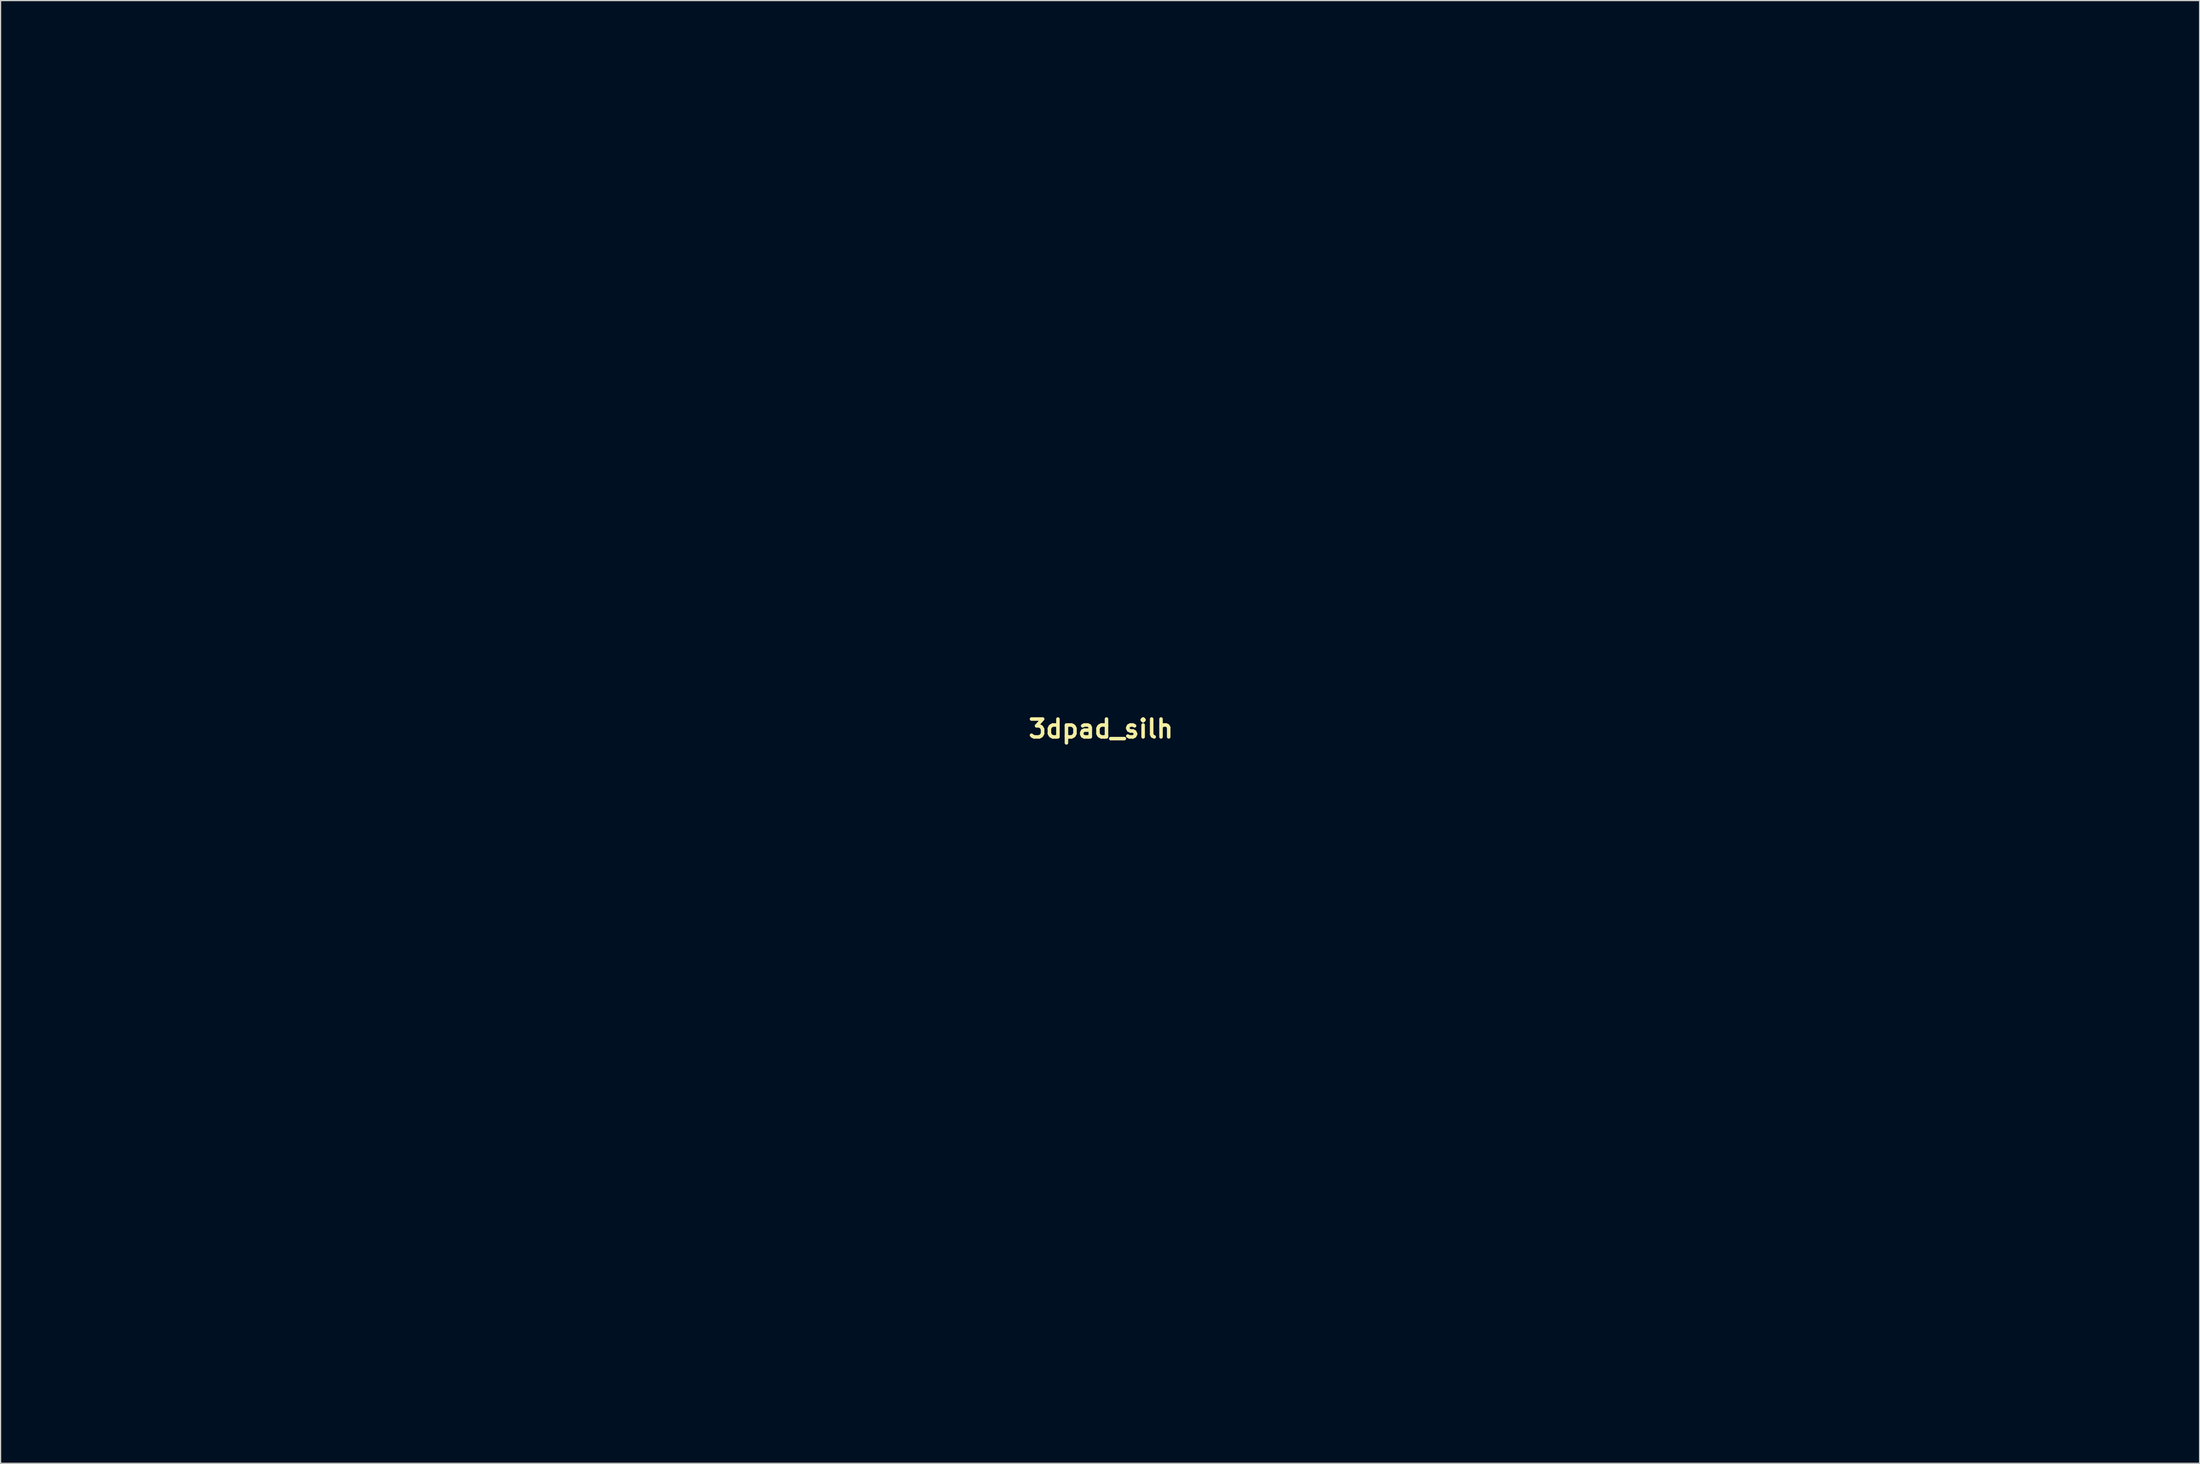
<source format=kicad_pcb>
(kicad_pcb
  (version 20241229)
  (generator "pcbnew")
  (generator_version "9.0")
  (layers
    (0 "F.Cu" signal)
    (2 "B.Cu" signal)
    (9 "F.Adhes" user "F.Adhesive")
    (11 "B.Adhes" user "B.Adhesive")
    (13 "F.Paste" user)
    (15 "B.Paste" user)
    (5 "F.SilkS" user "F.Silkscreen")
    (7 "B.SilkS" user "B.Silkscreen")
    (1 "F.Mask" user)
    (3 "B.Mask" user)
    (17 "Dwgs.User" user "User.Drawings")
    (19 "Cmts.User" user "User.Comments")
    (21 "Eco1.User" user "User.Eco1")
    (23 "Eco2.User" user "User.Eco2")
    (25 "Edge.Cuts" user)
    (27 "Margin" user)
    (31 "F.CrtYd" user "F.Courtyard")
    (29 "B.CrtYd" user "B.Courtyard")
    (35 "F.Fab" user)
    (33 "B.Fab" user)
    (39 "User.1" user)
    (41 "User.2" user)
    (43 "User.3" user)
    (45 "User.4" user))
  (footprint "3dpad_silh"
    (layer "F.Cu")
    (at 90.719 59.054)
    (property "Reference" "3dpad_silh" (at 0 0 0) (layer "F.SilkS") (effects (font (size 1.524 1.524) (thickness 0.3))))
    (attr through_hole)
    (fp_poly (pts (xy -60.597 49.666) (xy -60.642 49.711) (xy -60.688 49.666) (xy -60.642 49.621) (xy -60.597 49.666)) (stroke (width 0.01) (type solid)) (fill no) (layer "Eco1.User"))
    (fp_poly (pts (xy -60.144 49.485) (xy -60.189 49.53) (xy -60.234 49.485) (xy -60.189 49.439) (xy -60.144 49.485)) (stroke (width 0.01) (type solid)) (fill no) (layer "Eco1.User"))
    (fp_poly (pts (xy 2.177 17.825) (xy 2.132 17.871) (xy 2.086 17.825) (xy 2.132 17.78) (xy 2.177 17.825)) (stroke (width 0.01) (type solid)) (fill no) (layer "Eco1.User"))
    (fp_poly (pts (xy 56.152 -58.737) (xy 56.107 -58.692) (xy 56.061 -58.737) (xy 56.107 -58.783) (xy 56.152 -58.737)) (stroke (width 0.01) (type solid)) (fill no) (layer "Eco1.User"))
    (fp_poly (pts (xy 81.159 -21.832) (xy 81.17 -21.724) (xy 81.159 -21.711) (xy 81.105 -21.723) (xy 81.099 -21.771) (xy 81.132 -21.846) (xy 81.159 -21.832)) (stroke (width 0.01) (type solid)) (fill no) (layer "Eco1.User"))
    (fp_poly (pts (xy -7.552 -56.671) (xy -7.496 -56.651) (xy -7.599 -56.637) (xy -7.801 -56.633) (xy -8.025 -56.639) (xy -8.109 -56.653) (xy -8.051 -56.671) (xy -7.758 -56.686) (xy -7.552 -56.671)) (stroke (width 0.01) (type solid)) (fill no) (layer "Eco1.User"))
    (fp_poly (pts (xy 28.64 24.69) (xy 28.607 24.743) (xy 28.575 24.765) (xy 28.387 24.849) (xy 28.306 24.795) (xy 28.303 24.765) (xy 28.38 24.695) (xy 28.507 24.676) (xy 28.64 24.69)) (stroke (width 0.01) (type solid)) (fill no) (layer "Eco1.User"))
    (fp_poly (pts (xy 69.794 59.096) (xy 69.85 59.191) (xy 69.769 59.299) (xy 69.578 59.327) (xy 69.362 59.287) (xy 69.306 59.191) (xy 69.387 59.083) (xy 69.578 59.055) (xy 69.794 59.096)) (stroke (width 0.01) (type solid)) (fill no) (layer "Eco1.User"))
    (fp_poly (pts (xy -82.617 58.361) (xy -82.553 58.437) (xy -82.649 58.527) (xy -82.693 58.546) (xy -82.938 58.599) (xy -83.075 58.54) (xy -83.094 58.465) (xy -83.013 58.357) (xy -82.822 58.329) (xy -82.617 58.361)) (stroke (width 0.01) (type solid)) (fill no) (layer "Eco1.User"))
    (fp_poly (pts (xy 16.612 19.879) (xy 16.795 20.042) (xy 16.811 20.058) (xy 16.95 20.219) (xy 16.997 20.312) (xy 16.985 20.32) (xy 16.874 20.26) (xy 16.71 20.113) (xy 16.692 20.094) (xy 16.541 19.911) (xy 16.521 19.837) (xy 16.612 19.879)) (stroke (width 0.01) (type solid)) (fill no) (layer "Eco1.User"))
    (fp_poly (pts (xy -36.361 -59.015) (xy -36.047 -58.919) (xy -35.797 -58.841) (xy -35.446 -58.792) (xy -35.22 -58.783) (xy -34.899 -58.774) (xy -34.723 -58.74) (xy -34.657 -58.674) (xy -34.653 -58.642) (xy -34.576 -58.517) (xy -34.389 -58.409) (xy -34.381 -58.406) (xy -34.192 -58.306) (xy -34.109 -58.195) (xy -34.109 -58.19) (xy -34.033 -58.068) (xy -33.927 -58.012) (xy -33.78 -57.912) (xy -33.746 -57.827) (xy -33.663 -57.673) (xy -33.44 -57.562) (xy -33.118 -57.514) (xy -33.071 -57.513) (xy -32.829 -57.482) (xy -32.748 -57.386) (xy -32.748 -57.383) (xy -32.673 -57.251) (xy -32.577 -57.199) (xy -32.373 -57.095) (xy -32.174 -56.939) (xy -32.043 -56.782) (xy -32.022 -56.718) (xy -32.095 -56.611) (xy -32.181 -56.564) (xy -32.284 -56.507) (xy -32.247 -56.435) (xy -32.158 -56.363) (xy -32.096 -56.329) (xy -31.997 -56.302) (xy -31.844 -56.281) (xy -31.621 -56.266) (xy -31.311 -56.257) (xy -30.899 -56.253) (xy -30.367 -56.254) (xy -29.699 -56.26) (xy -28.88 -56.271) (xy -28.121 -56.282) (xy -26.818 -56.303) (xy -25.666 -56.325) (xy -24.668 -56.348) (xy -23.83 -56.372) (xy -23.156 -56.396) (xy -22.649 -56.421) (xy -22.314 -56.446) (xy -22.23 -56.459) (xy -15.414 -56.459) (xy -15.336 -56.451) (xy -15.097 -56.443) (xy -14.717 -56.437) (xy -14.217 -56.431) (xy -13.618 -56.427) (xy -12.939 -56.425) (xy -12.352 -56.424) (xy -11.437 -56.426) (xy -10.695 -56.433) (xy -10.116 -56.444) (xy -9.693 -56.459) (xy -9.415 -56.48) (xy -9.275 -56.506) (xy -9.253 -56.525) (xy -9.31 -56.553) (xy -9.489 -56.573) (xy -9.799 -56.585) (xy -10.252 -56.589) (xy -10.858 -56.585) (xy -11.627 -56.573) (xy -12.314 -56.559) (xy -13.041 -56.543) (xy -13.708 -56.526) (xy -14.295 -56.509) (xy -14.78 -56.493) (xy -15.141 -56.478) (xy -15.359 -56.466) (xy -15.414 -56.459) (xy -22.23 -56.459) (xy -22.155 -56.471) (xy -22.144 -56.477) (xy -22.148 -56.482) (xy -21.357 -56.482) (xy -21.34 -56.473) (xy -21.169 -56.466) (xy -20.856 -56.462) (xy -20.501 -56.461) (xy -20.081 -56.462) (xy -19.793 -56.467) (xy -19.648 -56.474) (xy -19.661 -56.483) (xy -19.798 -56.492) (xy -20.274 -56.503) (xy -20.804 -56.502) (xy -21.204 -56.492) (xy -21.357 -56.482) (xy -22.148 -56.482) (xy -22.189 -56.531) (xy -22.325 -56.598) (xy -22.282 -56.616) (xy -22.059 -56.631) (xy -21.661 -56.645) (xy -21.09 -56.656) (xy -20.348 -56.665) (xy -19.438 -56.672) (xy -18.364 -56.676) (xy -17.127 -56.678) (xy -15.731 -56.678) (xy -15.603 -56.678) (xy -14.505 -56.677) (xy -13.465 -56.674) (xy -12.498 -56.671) (xy -11.616 -56.667) (xy -10.832 -56.663) (xy -10.161 -56.657) (xy -9.616 -56.652) (xy -9.209 -56.646) (xy -8.954 -56.64) (xy -8.864 -56.634) (xy -8.867 -56.632) (xy -9.027 -56.574) (xy -9.071 -56.52) (xy -8.983 -56.477) (xy -8.731 -56.438) (xy -8.329 -56.405) (xy -7.796 -56.378) (xy -7.148 -56.358) (xy -6.4 -56.345) (xy -5.57 -56.339) (xy -4.674 -56.34) (xy -3.728 -56.35) (xy -3.134 -56.36) (xy -2.61 -56.364) (xy -2.078 -56.357) (xy -1.601 -56.339) (xy -1.274 -56.316) (xy -0.719 -56.271) (xy -0.051 -56.231) (xy 0.706 -56.197) (xy 1.527 -56.17) (xy 2.389 -56.149) (xy 3.267 -56.135) (xy 4.137 -56.128) (xy 4.974 -56.127) (xy 5.754 -56.134) (xy 6.453 -56.149) (xy 7.047 -56.171) (xy 7.511 -56.2) (xy 7.821 -56.238) (xy 7.847 -56.243) (xy 7.962 -56.261) (xy 8.141 -56.276) (xy 8.392 -56.289) (xy 8.724 -56.3) (xy 9.145 -56.309) (xy 9.663 -56.315) (xy 10.286 -56.32) (xy 11.024 -56.324) (xy 11.884 -56.325) (xy 12.874 -56.324) (xy 14.004 -56.322) (xy 15.281 -56.317) (xy 16.713 -56.312) (xy 18.31 -56.304) (xy 20.08 -56.295) (xy 20.2 -56.294) (xy 21.939 -56.284) (xy 23.505 -56.276) (xy 24.908 -56.27) (xy 26.156 -56.265) (xy 27.258 -56.261) (xy 28.224 -56.26) (xy 29.061 -56.261) (xy 29.779 -56.265) (xy 30.388 -56.271) (xy 30.894 -56.28) (xy 31.309 -56.292) (xy 31.64 -56.307) (xy 31.896 -56.326) (xy 32.086 -56.348) (xy 32.22 -56.374) (xy 32.306 -56.404) (xy 32.353 -56.439) (xy 32.37 -56.477) (xy 32.366 -56.52) (xy 32.352 -56.56) (xy 32.38 -56.693) (xy 32.436 -56.731) (xy 32.553 -56.848) (xy 32.566 -56.91) (xy 32.649 -57.01) (xy 32.867 -57.106) (xy 33.174 -57.184) (xy 33.524 -57.232) (xy 33.733 -57.241) (xy 34.009 -57.256) (xy 34.226 -57.293) (xy 34.253 -57.302) (xy 34.36 -57.356) (xy 34.302 -57.405) (xy 34.238 -57.432) (xy 34.143 -57.48) (xy 34.208 -57.502) (xy 34.319 -57.506) (xy 34.619 -57.556) (xy 34.837 -57.672) (xy 34.925 -57.828) (xy 34.925 -57.834) (xy 35.005 -57.939) (xy 35.174 -57.968) (xy 35.445 -58.002) (xy 35.602 -58.088) (xy 35.617 -58.206) (xy 35.582 -58.253) (xy 35.477 -58.409) (xy 35.526 -58.498) (xy 35.608 -58.511) (xy 35.761 -58.582) (xy 35.796 -58.638) (xy 35.91 -58.737) (xy 36.129 -58.817) (xy 36.175 -58.827) (xy 36.364 -58.844) (xy 36.683 -58.852) (xy 37.099 -58.852) (xy 37.585 -58.846) (xy 38.11 -58.833) (xy 38.643 -58.816) (xy 39.156 -58.795) (xy 39.618 -58.772) (xy 40 -58.746) (xy 40.271 -58.72) (xy 40.402 -58.694) (xy 40.408 -58.684) (xy 40.426 -58.581) (xy 40.615 -58.501) (xy 40.968 -58.448) (xy 41.476 -58.422) (xy 41.712 -58.42) (xy 42.152 -58.417) (xy 42.443 -58.405) (xy 42.617 -58.378) (xy 42.708 -58.331) (xy 42.747 -58.26) (xy 42.749 -58.253) (xy 42.844 -58.139) (xy 43.072 -58.056) (xy 43.444 -58.001) (xy 43.973 -57.972) (xy 44.46 -57.966) (xy 44.846 -57.962) (xy 45.081 -57.945) (xy 45.194 -57.91) (xy 45.215 -57.852) (xy 45.209 -57.832) (xy 45.228 -57.705) (xy 45.401 -57.612) (xy 45.735 -57.55) (xy 46.237 -57.518) (xy 46.638 -57.513) (xy 47.08 -57.506) (xy 47.395 -57.485) (xy 47.563 -57.453) (xy 47.582 -57.427) (xy 47.602 -57.319) (xy 47.784 -57.22) (xy 48.107 -57.138) (xy 48.452 -57.089) (xy 48.871 -57.015) (xy 49.141 -56.898) (xy 49.182 -56.863) (xy 49.313 -56.772) (xy 49.511 -56.72) (xy 49.821 -56.699) (xy 50.034 -56.696) (xy 50.417 -56.685) (xy 50.624 -56.652) (xy 50.66 -56.6) (xy 50.664 -56.471) (xy 50.814 -56.358) (xy 51.077 -56.278) (xy 51.418 -56.246) (xy 51.689 -56.23) (xy 51.834 -56.19) (xy 51.846 -56.156) (xy 51.867 -56.047) (xy 52.011 -55.93) (xy 52.222 -55.834) (xy 52.447 -55.791) (xy 52.496 -55.792) (xy 52.807 -55.801) (xy 52.984 -55.766) (xy 53.072 -55.674) (xy 53.094 -55.608) (xy 53.136 -55.518) (xy 53.229 -55.463) (xy 53.412 -55.433) (xy 53.722 -55.419) (xy 53.898 -55.416) (xy 54.22 -55.407) (xy 54.435 -55.391) (xy 54.513 -55.373) (xy 54.497 -55.364) (xy 54.362 -55.272) (xy 54.338 -55.204) (xy 54.424 -55.083) (xy 54.676 -55.006) (xy 55.082 -54.975) (xy 55.132 -54.974) (xy 55.38 -54.959) (xy 55.493 -54.902) (xy 55.517 -54.802) (xy 55.601 -54.642) (xy 55.847 -54.548) (xy 56.175 -54.521) (xy 56.368 -54.479) (xy 56.424 -54.393) (xy 56.507 -54.292) (xy 56.724 -54.215) (xy 56.764 -54.207) (xy 57.113 -54.138) (xy 57.315 -54.074) (xy 57.406 -54.001) (xy 57.422 -53.933) (xy 57.49 -53.804) (xy 57.704 -53.729) (xy 58.078 -53.703) (xy 58.11 -53.703) (xy 58.364 -53.69) (xy 58.482 -53.637) (xy 58.511 -53.532) (xy 58.595 -53.373) (xy 58.839 -53.277) (xy 59.158 -53.251) (xy 59.373 -53.188) (xy 59.443 -53.074) (xy 59.576 -52.918) (xy 59.816 -52.837) (xy 60.029 -52.769) (xy 60.14 -52.678) (xy 60.144 -52.659) (xy 60.225 -52.528) (xy 60.433 -52.446) (xy 60.583 -52.433) (xy 60.734 -52.358) (xy 60.825 -52.229) (xy 60.955 -52.073) (xy 61.199 -52.002) (xy 61.255 -51.996) (xy 61.491 -51.954) (xy 61.587 -51.862) (xy 61.595 -51.803) (xy 61.679 -51.65) (xy 61.912 -51.555) (xy 62.197 -51.527) (xy 62.379 -51.452) (xy 62.436 -51.35) (xy 62.54 -51.214) (xy 62.781 -51.149) (xy 62.811 -51.146) (xy 63.028 -51.105) (xy 63.142 -51.041) (xy 63.147 -51.027) (xy 63.241 -50.834) (xy 63.463 -50.723) (xy 63.602 -50.709) (xy 63.796 -50.678) (xy 63.861 -50.563) (xy 63.863 -50.53) (xy 63.944 -50.361) (xy 64.09 -50.293) (xy 64.26 -50.215) (xy 64.317 -50.132) (xy 64.382 -50.005) (xy 64.54 -49.82) (xy 64.737 -49.63) (xy 64.921 -49.486) (xy 65.029 -49.439) (xy 65.123 -49.367) (xy 65.133 -49.314) (xy 65.197 -49.155) (xy 65.269 -49.076) (xy 65.385 -48.897) (xy 65.405 -48.793) (xy 65.475 -48.648) (xy 65.574 -48.623) (xy 65.696 -48.58) (xy 65.704 -48.422) (xy 65.702 -48.409) (xy 65.713 -48.228) (xy 65.853 -48.144) (xy 65.995 -48.059) (xy 66.02 -47.976) (xy 66.073 -47.854) (xy 66.199 -47.766) (xy 66.355 -47.655) (xy 66.403 -47.563) (xy 66.47 -47.429) (xy 66.572 -47.335) (xy 66.703 -47.206) (xy 66.733 -47.126) (xy 66.801 -47.029) (xy 66.977 -46.916) (xy 66.995 -46.907) (xy 67.224 -46.765) (xy 67.383 -46.612) (xy 67.563 -46.481) (xy 67.723 -46.446) (xy 67.898 -46.401) (xy 67.945 -46.262) (xy 68.01 -46.106) (xy 68.21 -46.025) (xy 68.403 -45.949) (xy 68.428 -45.847) (xy 68.465 -45.722) (xy 68.604 -45.638) (xy 68.792 -45.505) (xy 68.877 -45.364) (xy 68.991 -45.21) (xy 69.161 -45.176) (xy 69.344 -45.136) (xy 69.396 -44.998) (xy 69.396 -44.996) (xy 69.477 -44.826) (xy 69.604 -44.764) (xy 69.805 -44.643) (xy 69.899 -44.513) (xy 70.051 -44.342) (xy 70.213 -44.269) (xy 70.396 -44.186) (xy 70.469 -44.087) (xy 70.547 -43.946) (xy 70.588 -43.919) (xy 70.686 -43.817) (xy 70.761 -43.669) (xy 70.871 -43.505) (xy 70.982 -43.452) (xy 71.103 -43.381) (xy 71.12 -43.317) (xy 71.19 -43.166) (xy 71.301 -43.068) (xy 71.444 -42.937) (xy 71.483 -42.844) (xy 71.554 -42.717) (xy 71.664 -42.636) (xy 71.809 -42.508) (xy 71.846 -42.41) (xy 71.914 -42.249) (xy 71.959 -42.209) (xy 72.054 -42.066) (xy 72.073 -41.955) (xy 72.147 -41.792) (xy 72.268 -41.746) (xy 72.418 -41.669) (xy 72.534 -41.463) (xy 72.583 -41.315) (xy 72.685 -41.048) (xy 72.8 -40.928) (xy 72.882 -40.912) (xy 72.999 -40.888) (xy 72.96 -40.81) (xy 72.897 -40.655) (xy 72.955 -40.51) (xy 73.077 -40.459) (xy 73.16 -40.395) (xy 73.151 -40.329) (xy 73.182 -40.19) (xy 73.29 -40.099) (xy 73.439 -39.947) (xy 73.479 -39.812) (xy 73.553 -39.636) (xy 73.652 -39.58) (xy 73.818 -39.462) (xy 73.87 -39.362) (xy 73.971 -39.219) (xy 74.06 -39.189) (xy 74.18 -39.113) (xy 74.204 -39.012) (xy 74.246 -38.839) (xy 74.295 -38.78) (xy 74.371 -38.652) (xy 74.386 -38.548) (xy 74.452 -38.4) (xy 74.567 -38.372) (xy 74.709 -38.319) (xy 74.749 -38.145) (xy 74.791 -37.968) (xy 74.93 -37.919) (xy 75.08 -37.856) (xy 75.111 -37.729) (xy 75.181 -37.554) (xy 75.277 -37.495) (xy 75.417 -37.382) (xy 75.547 -37.155) (xy 75.636 -36.884) (xy 75.656 -36.71) (xy 75.731 -36.583) (xy 75.849 -36.558) (xy 75.97 -36.538) (xy 76.013 -36.447) (xy 75.999 -36.234) (xy 75.993 -36.19) (xy 75.974 -35.948) (xy 76.018 -35.82) (xy 76.15 -35.743) (xy 76.163 -35.738) (xy 76.306 -35.651) (xy 76.373 -35.495) (xy 76.392 -35.267) (xy 76.395 -34.989) (xy 76.391 -34.773) (xy 76.388 -34.734) (xy 76.448 -34.584) (xy 76.605 -34.437) (xy 76.745 -34.317) (xy 76.814 -34.156) (xy 76.835 -33.892) (xy 76.835 -33.822) (xy 76.854 -33.51) (xy 76.927 -33.305) (xy 77.062 -33.148) (xy 77.247 -32.88) (xy 77.289 -32.616) (xy 77.311 -32.405) (xy 77.366 -32.298) (xy 77.379 -32.294) (xy 77.458 -32.22) (xy 77.47 -32.149) (xy 77.524 -32.046) (xy 77.615 -32.058) (xy 77.699 -32.065) (xy 77.737 -31.977) (xy 77.742 -31.759) (xy 77.737 -31.637) (xy 77.722 -31.202) (xy 77.733 -30.913) (xy 77.775 -30.739) (xy 77.856 -30.646) (xy 77.924 -30.616) (xy 78.032 -30.552) (xy 78.087 -30.416) (xy 78.104 -30.159) (xy 78.105 -30.073) (xy 78.12 -29.683) (xy 78.171 -29.443) (xy 78.268 -29.326) (xy 78.387 -29.301) (xy 78.478 -29.281) (xy 78.53 -29.195) (xy 78.553 -29.005) (xy 78.559 -28.673) (xy 78.559 -28.672) (xy 78.563 -28.34) (xy 78.586 -28.148) (xy 78.639 -28.055) (xy 78.736 -28.019) (xy 78.763 -28.014) (xy 78.893 -27.968) (xy 78.96 -27.843) (xy 78.99 -27.589) (xy 78.991 -27.577) (xy 79.028 -27.161) (xy 79.086 -26.903) (xy 79.171 -26.78) (xy 79.241 -26.761) (xy 79.342 -26.687) (xy 79.375 -26.455) (xy 79.375 -26.455) (xy 79.405 -26.014) (xy 79.489 -25.698) (xy 79.621 -25.529) (xy 79.661 -25.513) (xy 79.758 -25.457) (xy 79.81 -25.322) (xy 79.828 -25.065) (xy 79.829 -24.947) (xy 79.849 -24.416) (xy 79.913 -24.052) (xy 80.022 -23.844) (xy 80.114 -23.79) (xy 80.208 -23.737) (xy 80.259 -23.612) (xy 80.28 -23.373) (xy 80.282 -23.173) (xy 80.305 -22.71) (xy 80.371 -22.378) (xy 80.475 -22.193) (xy 80.603 -22.168) (xy 80.681 -22.169) (xy 80.719 -22.073) (xy 80.726 -21.844) (xy 80.722 -21.701) (xy 80.732 -21.233) (xy 80.797 -20.925) (xy 80.917 -20.783) (xy 80.969 -20.774) (xy 81.064 -20.699) (xy 81.1 -20.466) (xy 81.101 -20.433) (xy 81.131 -20.035) (xy 81.207 -19.669) (xy 81.315 -19.391) (xy 81.411 -19.269) (xy 81.492 -19.153) (xy 81.537 -18.93) (xy 81.552 -18.566) (xy 81.552 -18.516) (xy 81.557 -18.175) (xy 81.58 -17.971) (xy 81.635 -17.86) (xy 81.735 -17.797) (xy 81.767 -17.785) (xy 81.874 -17.729) (xy 81.942 -17.633) (xy 81.984 -17.458) (xy 82.012 -17.161) (xy 82.025 -16.957) (xy 82.06 -16.539) (xy 82.113 -16.271) (xy 82.19 -16.125) (xy 82.216 -16.103) (xy 82.295 -15.999) (xy 82.344 -15.804) (xy 82.37 -15.484) (xy 82.377 -15.248) (xy 82.388 -14.878) (xy 82.41 -14.649) (xy 82.456 -14.52) (xy 82.536 -14.45) (xy 82.606 -14.419) (xy 82.715 -14.365) (xy 82.78 -14.275) (xy 82.812 -14.109) (xy 82.822 -13.823) (xy 82.824 -13.632) (xy 82.832 -13.225) (xy 82.861 -12.962) (xy 82.925 -12.802) (xy 83.033 -12.71) (xy 83.117 -12.674) (xy 83.195 -12.619) (xy 83.243 -12.5) (xy 83.268 -12.281) (xy 83.276 -11.924) (xy 83.276 -11.833) (xy 83.28 -11.451) (xy 83.297 -11.214) (xy 83.335 -11.083) (xy 83.404 -11.021) (xy 83.458 -11.002) (xy 83.613 -10.885) (xy 83.71 -10.683) (xy 83.711 -10.484) (xy 83.695 -10.45) (xy 83.673 -10.305) (xy 83.695 -10.063) (xy 83.747 -9.78) (xy 83.818 -9.513) (xy 83.895 -9.319) (xy 83.958 -9.253) (xy 84.018 -9.196) (xy 84.067 -9.014) (xy 84.108 -8.687) (xy 84.141 -8.259) (xy 84.177 -7.795) (xy 84.217 -7.478) (xy 84.27 -7.273) (xy 84.341 -7.146) (xy 84.376 -7.111) (xy 84.463 -7) (xy 84.515 -6.835) (xy 84.54 -6.571) (xy 84.546 -6.2) (xy 84.556 -5.829) (xy 84.584 -5.568) (xy 84.626 -5.447) (xy 84.636 -5.443) (xy 84.716 -5.369) (xy 84.727 -5.301) (xy 84.767 -5.205) (xy 84.808 -5.21) (xy 84.89 -5.208) (xy 84.947 -5.076) (xy 84.982 -4.798) (xy 84.998 -4.361) (xy 84.999 -4.12) (xy 85.002 -3.722) (xy 85.015 -3.471) (xy 85.046 -3.334) (xy 85.101 -3.277) (xy 85.181 -3.266) (xy 85.284 -3.245) (xy 85.339 -3.154) (xy 85.36 -2.952) (xy 85.363 -2.744) (xy 85.383 -2.19) (xy 85.441 -1.805) (xy 85.54 -1.581) (xy 85.636 -1.515) (xy 85.71 -1.474) (xy 85.761 -1.374) (xy 85.794 -1.184) (xy 85.816 -0.87) (xy 85.83 -0.517) (xy 85.848 -0.077) (xy 85.875 0.223) (xy 85.918 0.421) (xy 85.986 0.559) (xy 86.065 0.656) (xy 86.162 0.779) (xy 86.223 0.924) (xy 86.256 1.136) (xy 86.269 1.459) (xy 86.271 1.729) (xy 86.288 2.301) (xy 86.333 2.77) (xy 86.402 3.112) (xy 86.492 3.307) (xy 86.537 3.34) (xy 86.585 3.443) (xy 86.618 3.693) (xy 86.632 4.059) (xy 86.632 4.122) (xy 86.646 4.855) (xy 86.686 5.412) (xy 86.754 5.795) (xy 86.85 6.008) (xy 86.918 6.055) (xy 87.002 6.1) (xy 87.053 6.204) (xy 87.078 6.406) (xy 87.086 6.743) (xy 87.087 6.837) (xy 87.098 7.408) (xy 87.133 7.82) (xy 87.195 8.091) (xy 87.288 8.241) (xy 87.368 8.284) (xy 87.447 8.323) (xy 87.498 8.411) (xy 87.526 8.584) (xy 87.538 8.877) (xy 87.54 9.222) (xy 87.552 9.866) (xy 87.587 10.337) (xy 87.646 10.64) (xy 87.729 10.782) (xy 87.771 10.795) (xy 87.882 10.883) (xy 87.954 11.141) (xy 87.986 11.563) (xy 87.979 12.102) (xy 87.97 12.498) (xy 87.987 12.756) (xy 88.035 12.916) (xy 88.095 12.997) (xy 88.231 13.091) (xy 88.3 13.089) (xy 88.32 13.152) (xy 88.338 13.365) (xy 88.35 13.696) (xy 88.356 14.114) (xy 88.356 14.204) (xy 88.367 14.908) (xy 88.397 15.552) (xy 88.444 16.113) (xy 88.505 16.567) (xy 88.577 16.892) (xy 88.657 17.064) (xy 88.677 17.08) (xy 88.731 17.143) (xy 88.768 17.281) (xy 88.792 17.52) (xy 88.805 17.884) (xy 88.809 18.402) (xy 88.809 18.465) (xy 88.815 19.006) (xy 88.833 19.416) (xy 88.861 19.678) (xy 88.898 19.775) (xy 88.9 19.776) (xy 88.967 19.854) (xy 88.994 20.025) (xy 89.003 20.194) (xy 89.048 20.199) (xy 89.13 20.099) (xy 89.177 20.052) (xy 89.212 20.071) (xy 89.236 20.176) (xy 89.251 20.388) (xy 89.259 20.73) (xy 89.263 21.22) (xy 89.263 21.536) (xy 89.264 22.113) (xy 89.269 22.535) (xy 89.28 22.826) (xy 89.301 23.012) (xy 89.334 23.119) (xy 89.382 23.173) (xy 89.444 23.197) (xy 89.522 23.23) (xy 89.574 23.302) (xy 89.605 23.446) (xy 89.621 23.692) (xy 89.626 24.074) (xy 89.626 24.299) (xy 89.635 25.069) (xy 89.659 25.67) (xy 89.702 26.114) (xy 89.764 26.415) (xy 89.847 26.584) (xy 89.911 26.629) (xy 89.968 26.658) (xy 90.011 26.72) (xy 90.041 26.84) (xy 90.061 27.04) (xy 90.072 27.345) (xy 90.078 27.779) (xy 90.079 28.365) (xy 90.079 28.513) (xy 90.084 29.253) (xy 90.1 29.84) (xy 90.128 30.305) (xy 90.17 30.677) (xy 90.227 30.979) (xy 90.318 31.491) (xy 90.396 32.177) (xy 90.46 33.031) (xy 90.509 34.045) (xy 90.543 35.213) (xy 90.563 36.527) (xy 90.567 37.982) (xy 90.566 38.152) (xy 90.561 39.146) (xy 90.551 39.977) (xy 90.536 40.667) (xy 90.516 41.234) (xy 90.49 41.698) (xy 90.457 42.079) (xy 90.416 42.396) (xy 90.413 42.416) (xy 90.247 43.593) (xy 90.09 44.931) (xy 90.028 45.539) (xy 89.977 45.87) (xy 89.903 46.143) (xy 89.833 46.283) (xy 89.751 46.457) (xy 89.683 46.751) (xy 89.649 47.027) (xy 89.611 47.331) (xy 89.56 47.535) (xy 89.508 47.598) (xy 89.41 47.663) (xy 89.333 47.883) (xy 89.285 48.232) (xy 89.272 48.507) (xy 89.254 48.792) (xy 89.208 48.924) (xy 89.143 48.934) (xy 89.019 48.969) (xy 88.911 49.147) (xy 88.836 49.426) (xy 88.809 49.751) (xy 88.795 50.003) (xy 88.74 50.116) (xy 88.657 50.132) (xy 88.513 50.204) (xy 88.417 50.45) (xy 88.369 50.869) (xy 88.365 51.004) (xy 88.338 51.291) (xy 88.273 51.41) (xy 88.248 51.412) (xy 88.145 51.468) (xy 88.101 51.57) (xy 87.997 51.768) (xy 87.891 51.87) (xy 87.755 52.017) (xy 87.721 52.121) (xy 87.67 52.238) (xy 87.63 52.251) (xy 87.562 52.329) (xy 87.539 52.478) (xy 87.492 52.661) (xy 87.403 52.705) (xy 87.282 52.754) (xy 87.267 52.796) (xy 87.235 52.985) (xy 87.11 53.148) (xy 87.025 53.304) (xy 87.029 53.388) (xy 86.995 53.503) (xy 86.917 53.544) (xy 86.792 53.65) (xy 86.672 53.865) (xy 86.642 53.944) (xy 86.517 54.203) (xy 86.358 54.372) (xy 86.329 54.388) (xy 86.176 54.507) (xy 86.133 54.61) (xy 86.065 54.778) (xy 86.02 54.819) (xy 85.924 54.962) (xy 85.906 55.068) (xy 85.85 55.208) (xy 85.681 55.245) (xy 85.488 55.302) (xy 85.399 55.472) (xy 85.311 55.642) (xy 85.208 55.699) (xy 85.077 55.774) (xy 85.028 55.872) (xy 84.911 56.027) (xy 84.764 56.101) (xy 84.583 56.213) (xy 84.546 56.335) (xy 84.495 56.482) (xy 84.426 56.515) (xy 84.288 56.578) (xy 84.118 56.732) (xy 84.109 56.742) (xy 83.923 56.9) (xy 83.745 56.969) (xy 83.741 56.969) (xy 83.6 57.009) (xy 83.466 57.099) (xy 83.388 57.195) (xy 83.417 57.252) (xy 83.423 57.254) (xy 83.395 57.273) (xy 83.231 57.307) (xy 83.14 57.322) (xy 82.847 57.408) (xy 82.693 57.567) (xy 82.689 57.577) (xy 82.546 57.737) (xy 82.281 57.803) (xy 82.016 57.87) (xy 81.873 58.03) (xy 81.871 58.034) (xy 81.76 58.179) (xy 81.56 58.235) (xy 81.446 58.239) (xy 81.189 58.272) (xy 80.999 58.353) (xy 80.984 58.366) (xy 80.813 58.475) (xy 80.562 58.575) (xy 80.526 58.585) (xy 80.219 58.703) (xy 79.936 58.862) (xy 79.931 58.866) (xy 79.671 58.997) (xy 79.41 59.055) (xy 79.4 59.055) (xy 79.158 59.081) (xy 78.838 59.148) (xy 78.667 59.194) (xy 78.408 59.242) (xy 77.999 59.282) (xy 77.467 59.314) (xy 76.84 59.338) (xy 76.144 59.354) (xy 75.407 59.363) (xy 74.657 59.363) (xy 73.92 59.355) (xy 73.224 59.34) (xy 72.596 59.317) (xy 72.063 59.285) (xy 71.653 59.246) (xy 71.393 59.199) (xy 71.369 59.192) (xy 71.058 59.106) (xy 70.763 59.059) (xy 70.7 59.056) (xy 70.469 59.014) (xy 70.371 58.883) (xy 70.25 58.74) (xy 69.97 58.652) (xy 69.961 58.65) (xy 69.685 58.569) (xy 69.557 58.434) (xy 69.548 58.407) (xy 69.439 58.261) (xy 69.335 58.242) (xy 69.008 58.246) (xy 68.808 58.166) (xy 68.715 58.034) (xy 68.574 57.872) (xy 68.311 57.804) (xy 68.305 57.803) (xy 68.037 57.735) (xy 67.897 57.577) (xy 67.723 57.398) (xy 67.511 57.331) (xy 67.314 57.277) (xy 67.228 57.204) (xy 67.228 57.195) (xy 67.169 57.092) (xy 67.028 56.994) (xy 66.866 56.873) (xy 66.811 56.767) (xy 66.733 56.665) (xy 66.543 56.573) (xy 66.52 56.565) (xy 66.28 56.438) (xy 66.203 56.293) (xy 66.105 56.133) (xy 65.927 56.078) (xy 65.73 56.01) (xy 65.677 55.874) (xy 65.61 55.727) (xy 65.493 55.699) (xy 65.313 55.616) (xy 65.224 55.472) (xy 65.086 55.288) (xy 64.954 55.245) (xy 64.8 55.181) (xy 64.77 55.07) (xy 64.694 54.903) (xy 64.589 54.837) (xy 64.441 54.717) (xy 64.407 54.604) (xy 64.34 54.457) (xy 64.226 54.429) (xy 64.074 54.365) (xy 64.044 54.245) (xy 63.961 54.064) (xy 63.818 53.975) (xy 63.649 53.866) (xy 63.591 53.755) (xy 63.521 53.595) (xy 63.465 53.549) (xy 63.343 53.404) (xy 63.306 53.299) (xy 63.2 53.14) (xy 63.063 53.072) (xy 62.902 53) (xy 62.855 52.932) (xy 62.811 52.785) (xy 62.702 52.581) (xy 62.571 52.387) (xy 62.457 52.265) (xy 62.424 52.251) (xy 62.342 52.175) (xy 62.283 52.025) (xy 62.172 51.837) (xy 62.047 51.798) (xy 61.895 51.732) (xy 61.867 51.635) (xy 61.81 51.433) (xy 61.758 51.362) (xy 61.701 51.271) (xy 61.724 51.254) (xy 61.738 51.198) (xy 61.686 51.117) (xy 61.515 51.001) (xy 61.417 50.981) (xy 61.278 50.908) (xy 61.146 50.74) (xy 61.079 50.557) (xy 61.078 50.528) (xy 61.034 50.377) (xy 60.922 50.215) (xy 60.796 50.111) (xy 60.74 50.104) (xy 60.66 50.079) (xy 60.664 49.945) (xy 60.628 49.726) (xy 60.432 49.47) (xy 60.423 49.461) (xy 60.25 49.256) (xy 60.152 49.079) (xy 60.144 49.035) (xy 60.07 48.878) (xy 60.008 48.837) (xy 59.888 48.712) (xy 59.871 48.633) (xy 59.81 48.478) (xy 59.667 48.307) (xy 59.502 48.18) (xy 59.384 48.152) (xy 59.346 48.096) (xy 59.365 47.939) (xy 59.375 47.748) (xy 59.278 47.562) (xy 59.149 47.419) (xy 58.978 47.209) (xy 58.881 47.024) (xy 58.874 46.978) (xy 58.827 46.812) (xy 58.783 46.763) (xy 58.694 46.653) (xy 58.572 46.436) (xy 58.508 46.304) (xy 58.374 46.067) (xy 58.24 45.923) (xy 58.185 45.901) (xy 58.086 45.842) (xy 58.095 45.742) (xy 58.083 45.579) (xy 57.999 45.358) (xy 57.878 45.147) (xy 57.754 45.012) (xy 57.706 44.994) (xy 57.645 44.914) (xy 57.585 44.709) (xy 57.563 44.586) (xy 57.508 44.327) (xy 57.429 44.205) (xy 57.316 44.178) (xy 57.182 44.139) (xy 57.186 44.033) (xy 57.166 43.865) (xy 57.031 43.625) (xy 56.98 43.557) (xy 56.812 43.316) (xy 56.7 43.103) (xy 56.681 43.044) (xy 56.587 42.9) (xy 56.492 42.875) (xy 56.366 42.817) (xy 56.351 42.739) (xy 56.351 42.348) (xy 56.275 42.112) (xy 56.156 42.028) (xy 56.026 41.935) (xy 55.943 41.715) (xy 55.917 41.571) (xy 55.839 41.266) (xy 55.718 41.126) (xy 55.699 41.12) (xy 55.573 41.014) (xy 55.452 40.799) (xy 55.424 40.723) (xy 55.323 40.501) (xy 55.211 40.377) (xy 55.179 40.368) (xy 55.092 40.305) (xy 55.106 40.196) (xy 55.09 39.99) (xy 55.021 39.885) (xy 54.908 39.726) (xy 54.882 39.639) (xy 54.816 39.574) (xy 54.736 39.588) (xy 54.638 39.598) (xy 54.631 39.492) (xy 54.651 39.401) (xy 54.661 39.191) (xy 54.542 39.015) (xy 54.487 38.965) (xy 54.289 38.685) (xy 54.232 38.458) (xy 54.182 38.232) (xy 54.066 38.132) (xy 53.998 38.116) (xy 53.869 38.073) (xy 53.809 37.958) (xy 53.794 37.719) (xy 53.794 37.685) (xy 53.78 37.431) (xy 53.728 37.312) (xy 53.623 37.284) (xy 53.465 37.2) (xy 53.368 36.967) (xy 53.341 36.693) (xy 53.269 36.503) (xy 53.16 36.398) (xy 53.015 36.221) (xy 52.924 35.937) (xy 52.923 35.931) (xy 52.837 35.65) (xy 52.695 35.531) (xy 52.579 35.455) (xy 52.53 35.276) (xy 52.524 35.115) (xy 52.508 34.872) (xy 52.448 34.764) (xy 52.353 34.744) (xy 52.193 34.66) (xy 52.098 34.413) (xy 52.071 34.086) (xy 52.035 33.897) (xy 51.91 33.837) (xy 51.889 33.836) (xy 51.737 33.772) (xy 51.707 33.655) (xy 51.669 33.508) (xy 51.616 33.474) (xy 51.543 33.398) (xy 51.526 33.292) (xy 51.469 33.144) (xy 51.39 33.111) (xy 51.28 33.032) (xy 51.254 32.888) (xy 51.214 32.619) (xy 51.115 32.379) (xy 50.986 32.227) (xy 50.915 32.204) (xy 50.829 32.143) (xy 50.845 32.022) (xy 50.84 31.845) (xy 50.761 31.785) (xy 50.641 31.659) (xy 50.619 31.559) (xy 50.558 31.417) (xy 50.48 31.387) (xy 50.348 31.311) (xy 50.256 31.16) (xy 50.161 30.992) (xy 50.077 30.934) (xy 50.024 30.852) (xy 49.993 30.661) (xy 50.074 30.661) (xy 50.107 30.736) (xy 50.135 30.722) (xy 50.146 30.614) (xy 50.135 30.601) (xy 50.081 30.613) (xy 50.074 30.661) (xy 49.993 30.661) (xy 49.99 30.643) (xy 49.984 30.48) (xy 49.966 30.186) (xy 49.911 30.047) (xy 49.858 30.026) (xy 49.725 29.952) (xy 49.674 29.868) (xy 49.525 29.536) (xy 49.368 29.318) (xy 49.227 29.242) (xy 49.198 29.248) (xy 49.105 29.247) (xy 49.117 29.135) (xy 49.115 28.942) (xy 49.035 28.71) (xy 48.913 28.506) (xy 48.78 28.398) (xy 48.752 28.394) (xy 48.65 28.315) (xy 48.623 28.171) (xy 48.579 27.972) (xy 48.505 27.876) (xy 48.393 27.752) (xy 48.262 27.533) (xy 48.228 27.464) (xy 48.1 27.251) (xy 47.972 27.132) (xy 47.938 27.124) (xy 47.835 27.042) (xy 47.806 26.851) (xy 47.766 26.635) (xy 47.67 26.579) (xy 47.551 26.506) (xy 47.534 26.44) (xy 47.461 26.289) (xy 47.398 26.249) (xy 47.284 26.126) (xy 47.262 26.022) (xy 47.2 25.852) (xy 47.126 25.796) (xy 47.013 25.672) (xy 46.99 25.563) (xy 46.912 25.392) (xy 46.81 25.336) (xy 46.685 25.267) (xy 46.677 25.211) (xy 46.653 25.102) (xy 46.54 24.974) (xy 46.401 24.819) (xy 46.355 24.709) (xy 46.283 24.583) (xy 46.241 24.559) (xy 46.137 24.458) (xy 45.999 24.247) (xy 45.913 24.089) (xy 45.769 23.838) (xy 45.634 23.661) (xy 45.574 23.615) (xy 45.46 23.502) (xy 45.448 23.446) (xy 45.372 23.325) (xy 45.266 23.268) (xy 45.119 23.151) (xy 45.085 23.041) (xy 45.009 22.88) (xy 44.904 22.815) (xy 44.756 22.71) (xy 44.722 22.619) (xy 44.646 22.486) (xy 44.541 22.433) (xy 44.389 22.316) (xy 44.359 22.206) (xy 44.282 22.036) (xy 44.183 21.98) (xy 44.029 21.863) (xy 43.979 21.74) (xy 43.874 21.564) (xy 43.746 21.515) (xy 43.608 21.462) (xy 43.595 21.398) (xy 43.594 21.258) (xy 43.469 21.126) (xy 43.274 21.05) (xy 43.214 21.046) (xy 43.038 20.994) (xy 42.999 20.901) (xy 42.923 20.761) (xy 42.831 20.713) (xy 42.708 20.622) (xy 42.706 20.449) (xy 42.708 20.286) (xy 42.596 20.232) (xy 42.517 20.229) (xy 42.328 20.181) (xy 42.256 20.025) (xy 42.21 19.898) (xy 42.085 19.823) (xy 41.835 19.775) (xy 41.774 19.767) (xy 41.551 19.735) (xy 41.457 19.71) (xy 41.484 19.699) (xy 41.595 19.653) (xy 41.573 19.576) (xy 41.448 19.514) (xy 41.351 19.504) (xy 41.214 19.547) (xy 41.215 19.634) (xy 41.196 19.735) (xy 41.024 19.788) (xy 40.975 19.793) (xy 40.708 19.882) (xy 40.598 20.021) (xy 40.437 20.193) (xy 40.28 20.248) (xy 40.056 20.351) (xy 39.961 20.479) (xy 39.812 20.645) (xy 39.612 20.683) (xy 39.394 20.731) (xy 39.306 20.864) (xy 39.184 21.017) (xy 39.054 21.046) (xy 38.833 21.101) (xy 38.634 21.215) (xy 38.403 21.363) (xy 38.213 21.448) (xy 38 21.551) (xy 37.768 21.712) (xy 37.759 21.719) (xy 37.513 21.881) (xy 37.264 21.985) (xy 37.261 21.986) (xy 37.08 22.072) (xy 37.011 22.181) (xy 36.937 22.293) (xy 36.844 22.316) (xy 36.592 22.349) (xy 36.355 22.43) (xy 36.185 22.536) (xy 36.139 22.639) (xy 36.14 22.64) (xy 36.119 22.712) (xy 35.974 22.757) (xy 35.678 22.785) (xy 35.624 22.788) (xy 35.303 22.812) (xy 35.116 22.858) (xy 35.013 22.943) (xy 34.972 23.019) (xy 34.912 23.12) (xy 34.817 23.181) (xy 34.643 23.211) (xy 34.351 23.222) (xy 34.138 23.223) (xy 33.753 23.23) (xy 33.508 23.255) (xy 33.361 23.307) (xy 33.275 23.39) (xy 33.195 23.465) (xy 33.058 23.519) (xy 32.831 23.559) (xy 32.482 23.59) (xy 32.09 23.613) (xy 31.476 23.659) (xy 31.04 23.723) (xy 30.78 23.804) (xy 30.694 23.904) (xy 30.71 23.953) (xy 30.64 23.981) (xy 30.401 24.005) (xy 30.005 24.022) (xy 29.464 24.034) (xy 28.79 24.039) (xy 28.626 24.039) (xy 27.933 24.038) (xy 27.402 24.032) (xy 27.014 24.021) (xy 26.748 24.004) (xy 26.585 23.979) (xy 26.505 23.946) (xy 26.489 23.913) (xy 26.467 23.825) (xy 26.383 23.759) (xy 26.212 23.71) (xy 25.926 23.672) (xy 25.5 23.637) (xy 25.213 23.619) (xy 24.819 23.591) (xy 24.507 23.561) (xy 24.312 23.532) (xy 24.264 23.512) (xy 24.255 23.415) (xy 24.209 23.345) (xy 24.04 23.266) (xy 23.701 23.227) (xy 23.484 23.223) (xy 23.14 23.214) (xy 22.945 23.184) (xy 22.866 23.124) (xy 22.86 23.09) (xy 22.775 22.926) (xy 22.527 22.818) (xy 22.126 22.771) (xy 22.007 22.769) (xy 21.698 22.756) (xy 21.518 22.706) (xy 21.418 22.606) (xy 21.412 22.593) (xy 21.232 22.444) (xy 20.905 22.356) (xy 20.673 22.31) (xy 20.548 22.264) (xy 20.542 22.245) (xy 20.549 22.144) (xy 20.432 22.038) (xy 20.243 21.965) (xy 20.127 21.953) (xy 19.921 21.912) (xy 19.866 21.82) (xy 19.785 21.665) (xy 19.576 21.548) (xy 19.295 21.499) (xy 19.283 21.499) (xy 19.1 21.457) (xy 19.05 21.328) (xy 18.97 21.149) (xy 18.747 21.056) (xy 18.611 21.046) (xy 18.46 20.971) (xy 18.368 20.842) (xy 18.2 20.662) (xy 18.039 20.61) (xy 17.827 20.522) (xy 17.752 20.406) (xy 17.642 20.261) (xy 17.538 20.229) (xy 17.374 20.154) (xy 17.28 20.028) (xy 17.138 19.85) (xy 17.009 19.779) (xy 16.847 19.68) (xy 16.798 19.594) (xy 16.718 19.452) (xy 16.675 19.425) (xy 16.552 19.337) (xy 16.393 19.175) (xy 16.229 19.023) (xy 16.097 18.959) (xy 16.096 18.959) (xy 15.989 18.883) (xy 15.938 18.771) (xy 15.82 18.597) (xy 15.709 18.536) (xy 15.538 18.416) (xy 15.482 18.309) (xy 15.367 18.14) (xy 15.266 18.085) (xy 15.097 17.972) (xy 15.01 17.843) (xy 14.878 17.675) (xy 14.761 17.615) (xy 14.577 17.533) (xy 14.4 17.386) (xy 14.275 17.223) (xy 14.247 17.093) (xy 14.261 17.072) (xy 14.303 17.008) (xy 14.275 16.958) (xy 14.158 16.92) (xy 13.937 16.89) (xy 13.592 16.868) (xy 13.105 16.85) (xy 12.46 16.835) (xy 12.273 16.831) (xy 11.831 16.824) (xy 11.273 16.817) (xy 10.619 16.809) (xy 9.892 16.802) (xy 9.113 16.795) (xy 8.303 16.789) (xy 7.485 16.783) (xy 6.68 16.778) (xy 5.911 16.773) (xy 5.197 16.77) (xy 4.562 16.768) (xy 4.028 16.767) (xy 3.615 16.767) (xy 3.345 16.769) (xy 3.25 16.772) (xy 3.084 16.834) (xy 2.87 16.975) (xy 2.829 17.009) (xy 2.599 17.175) (xy 2.449 17.23) (xy 2.399 17.169) (xy 2.416 17.1) (xy 2.401 16.985) (xy 2.313 16.964) (xy 2.202 17.015) (xy 2.21 17.1) (xy 2.208 17.143) (xy 2.15 17.176) (xy 2.016 17.2) (xy 1.788 17.217) (xy 1.444 17.228) (xy 0.965 17.234) (xy 0.331 17.236) (xy 0.092 17.236) (xy -0.595 17.235) (xy -1.122 17.231) (xy -1.513 17.222) (xy -1.788 17.207) (xy -1.97 17.185) (xy -2.081 17.153) (xy -2.143 17.111) (xy -2.167 17.077) (xy -2.261 16.973) (xy -2.37 17.03) (xy -2.371 17.032) (xy -2.509 17.091) (xy -2.742 17.129) (xy -3.01 17.143) (xy -3.254 17.133) (xy -3.415 17.096) (xy -3.447 17.059) (xy -3.469 17.002) (xy -3.543 16.953) (xy -3.681 16.912) (xy -3.897 16.877) (xy -4.201 16.85) (xy -4.607 16.827) (xy -5.128 16.811) (xy -5.774 16.798) (xy -6.56 16.79) (xy -7.497 16.785) (xy -8.598 16.783) (xy -9.122 16.783) (xy -10.228 16.783) (xy -11.167 16.785) (xy -11.951 16.789) (xy -12.595 16.795) (xy -13.111 16.804) (xy -13.515 16.815) (xy -13.819 16.83) (xy -14.036 16.848) (xy -14.182 16.87) (xy -14.268 16.897) (xy -14.293 16.911) (xy -14.403 17.032) (xy -14.401 17.107) (xy -14.417 17.192) (xy -14.527 17.273) (xy -14.663 17.376) (xy -14.686 17.448) (xy -14.731 17.538) (xy -14.891 17.65) (xy -14.9 17.655) (xy -15.075 17.78) (xy -15.149 17.896) (xy -15.149 17.897) (xy -15.219 18.028) (xy -15.331 18.122) (xy -15.474 18.261) (xy -15.512 18.364) (xy -15.589 18.476) (xy -15.716 18.522) (xy -15.9 18.625) (xy -15.949 18.755) (xy -16.039 18.926) (xy -16.156 18.959) (xy -16.331 19.031) (xy -16.393 19.118) (xy -16.515 19.301) (xy -16.617 19.395) (xy -16.75 19.541) (xy -16.782 19.638) (xy -16.859 19.747) (xy -16.986 19.792) (xy -17.18 19.893) (xy -17.28 20.025) (xy -17.43 20.192) (xy -17.564 20.229) (xy -17.741 20.274) (xy -17.881 20.377) (xy -17.927 20.489) (xy -17.908 20.525) (xy -17.935 20.601) (xy -18.044 20.679) (xy -18.193 20.809) (xy -18.234 20.913) (xy -18.315 21.017) (xy -18.512 21.046) (xy -18.81 21.085) (xy -19.036 21.188) (xy -19.139 21.328) (xy -19.141 21.349) (xy -19.221 21.437) (xy -19.422 21.523) (xy -19.526 21.55) (xy -19.793 21.639) (xy -19.909 21.75) (xy -19.912 21.77) (xy -19.988 21.892) (xy -20.093 21.932) (xy -20.425 21.994) (xy -20.609 22.061) (xy -20.679 22.148) (xy -20.683 22.181) (xy -20.764 22.288) (xy -20.949 22.316) (xy -21.265 22.351) (xy -21.521 22.444) (xy -21.665 22.571) (xy -21.681 22.631) (xy -21.739 22.727) (xy -21.933 22.767) (xy -22.039 22.769) (xy -22.376 22.803) (xy -22.654 22.891) (xy -22.826 23.014) (xy -22.86 23.101) (xy -22.909 23.166) (xy -23.074 23.204) (xy -23.381 23.221) (xy -23.578 23.223) (xy -24.037 23.232) (xy -24.34 23.262) (xy -24.513 23.32) (xy -24.58 23.411) (xy -24.584 23.445) (xy -24.648 23.501) (xy -24.852 23.548) (xy -25.21 23.586) (xy -25.665 23.616) (xy -26.232 23.658) (xy -26.676 23.716) (xy -26.982 23.785) (xy -27.137 23.863) (xy -27.127 23.946) (xy -27.103 23.963) (xy -27.142 23.991) (xy -27.331 24.015) (xy -27.641 24.031) (xy -28.041 24.038) (xy -28.058 24.038) (xy -28.59 24.046) (xy -28.973 24.073) (xy -29.241 24.121) (xy -29.406 24.183) (xy -29.636 24.27) (xy -29.775 24.236) (xy -29.783 24.228) (xy -29.947 24.149) (xy -30.09 24.13) (xy -30.252 24.097) (xy -30.299 24.039) (xy -30.225 23.959) (xy -30.163 23.949) (xy -30.042 23.903) (xy -30.026 23.865) (xy -30.115 23.775) (xy -30.383 23.709) (xy -30.828 23.668) (xy -31.454 23.651) (xy -31.733 23.651) (xy -32.202 23.651) (xy -32.516 23.643) (xy -32.703 23.623) (xy -32.789 23.588) (xy -32.802 23.534) (xy -32.796 23.515) (xy -32.785 23.39) (xy -32.88 23.304) (xy -33.101 23.252) (xy -33.47 23.228) (xy -33.768 23.224) (xy -34.162 23.218) (xy -34.406 23.196) (xy -34.529 23.155) (xy -34.562 23.09) (xy -34.647 22.927) (xy -34.888 22.818) (xy -35.269 22.771) (xy -35.362 22.769) (xy -35.642 22.756) (xy -35.79 22.706) (xy -35.855 22.6) (xy -35.857 22.592) (xy -35.937 22.472) (xy -36.128 22.395) (xy -36.359 22.355) (xy -36.659 22.295) (xy -36.816 22.205) (xy -36.859 22.124) (xy -36.935 22.008) (xy -37.114 21.959) (xy -37.275 21.953) (xy -37.517 21.937) (xy -37.626 21.877) (xy -37.646 21.781) (xy -37.706 21.619) (xy -37.898 21.528) (xy -38.242 21.499) (xy -38.249 21.499) (xy -38.442 21.479) (xy -38.517 21.429) (xy -38.513 21.416) (xy -38.523 21.288) (xy -38.653 21.156) (xy -38.848 21.064) (xy -38.974 21.046) (xy -39.123 21.017) (xy -39.146 20.96) (xy -39.173 20.858) (xy -39.283 20.772) (xy -39.474 20.718) (xy -39.609 20.784) (xy -39.737 20.85) (xy -39.827 20.768) (xy -39.853 20.606) (xy -39.82 20.552) (xy -39.727 20.39) (xy -39.801 20.276) (xy -40.026 20.23) (xy -40.05 20.229) (xy -40.269 20.209) (xy -40.357 20.13) (xy -40.368 20.046) (xy -40.433 19.89) (xy -40.633 19.809) (xy -40.826 19.732) (xy -40.851 19.632) (xy -40.887 19.503) (xy -41.019 19.41) (xy -41.247 19.366) (xy -41.485 19.405) (xy -41.667 19.505) (xy -41.729 19.628) (xy -41.806 19.742) (xy -41.965 19.815) (xy -42.136 19.895) (xy -42.159 20.034) (xy -42.155 20.052) (xy -42.154 20.182) (xy -42.277 20.227) (xy -42.357 20.229) (xy -42.588 20.252) (xy -42.668 20.346) (xy -42.623 20.55) (xy -42.607 20.594) (xy -42.56 20.799) (xy -42.583 20.928) (xy -42.584 20.929) (xy -42.676 20.929) (xy -42.701 20.887) (xy -42.814 20.794) (xy -42.925 20.774) (xy -43.06 20.818) (xy -43.059 20.904) (xy -43.086 21.021) (xy -43.208 21.063) (xy -43.388 21.167) (xy -43.435 21.29) (xy -43.54 21.469) (xy -43.662 21.516) (xy -43.841 21.621) (xy -43.889 21.744) (xy -43.983 21.928) (xy -44.093 22) (xy -44.237 22.1) (xy -44.269 22.183) (xy -44.34 22.322) (xy -44.45 22.406) (xy -44.594 22.527) (xy -44.631 22.615) (xy -44.701 22.745) (xy -44.813 22.839) (xy -44.956 22.976) (xy -44.994 23.077) (xy -45.07 23.198) (xy -45.176 23.249) (xy -45.323 23.348) (xy -45.357 23.441) (xy -45.425 23.567) (xy -45.491 23.586) (xy -45.612 23.663) (xy -45.683 23.812) (xy -45.769 23.983) (xy -45.868 24.039) (xy -45.993 24.115) (xy -46.083 24.265) (xy -46.192 24.458) (xy -46.38 24.711) (xy -46.524 24.878) (xy -46.697 25.087) (xy -46.913 25.382) (xy -47.148 25.724) (xy -47.379 26.077) (xy -47.581 26.404) (xy -47.73 26.667) (xy -47.803 26.831) (xy -47.806 26.852) (xy -47.863 26.976) (xy -47.923 27.049) (xy -48.037 27.207) (xy -48.169 27.446) (xy -48.195 27.499) (xy -48.326 27.724) (xy -48.459 27.867) (xy -48.486 27.882) (xy -48.603 28.006) (xy -48.623 28.1) (xy -48.663 28.324) (xy -48.761 28.552) (xy -48.881 28.715) (xy -48.961 28.756) (xy -49.064 28.834) (xy -49.13 28.983) (xy -49.209 29.153) (xy -49.293 29.21) (xy -49.379 29.289) (xy -49.477 29.49) (xy -49.52 29.618) (xy -49.626 29.892) (xy -49.744 30.013) (xy -49.812 30.026) (xy -49.941 30.076) (xy -49.983 30.253) (xy -49.984 30.289) (xy -50.023 30.494) (xy -50.111 30.6) (xy -50.204 30.713) (xy -50.283 30.936) (xy -50.3 31.018) (xy -50.373 31.273) (xy -50.473 31.385) (xy -50.49 31.387) (xy -50.596 31.462) (xy -50.619 31.559) (xy -50.685 31.729) (xy -50.761 31.785) (xy -50.86 31.902) (xy -50.845 32.022) (xy -50.84 32.172) (xy -50.916 32.204) (xy -51.026 32.28) (xy -51.158 32.473) (xy -51.215 32.589) (xy -51.34 32.841) (xy -51.456 33.025) (xy -51.491 33.065) (xy -51.576 33.21) (xy -51.646 33.447) (xy -51.655 33.49) (xy -51.727 33.731) (xy -51.851 33.839) (xy -51.914 33.853) (xy -52.04 33.894) (xy -52.091 34.003) (xy -52.089 34.233) (xy -52.087 34.264) (xy -52.081 34.51) (xy -52.128 34.634) (xy -52.257 34.696) (xy -52.291 34.705) (xy -52.476 34.806) (xy -52.524 34.98) (xy -52.573 35.155) (xy -52.66 35.197) (xy -52.771 35.272) (xy -52.796 35.373) (xy -52.842 35.55) (xy -52.895 35.611) (xy -52.958 35.738) (xy -52.955 35.876) (xy -52.963 36.035) (xy -53.06 36.069) (xy -53.187 36.139) (xy -53.233 36.263) (xy -53.287 36.423) (xy -53.346 36.467) (xy -53.416 36.543) (xy -53.431 36.638) (xy -53.507 36.798) (xy -53.612 36.856) (xy -53.713 36.906) (xy -53.768 37.019) (xy -53.79 37.238) (xy -53.794 37.472) (xy -53.801 37.755) (xy -53.821 37.941) (xy -53.847 37.986) (xy -53.943 37.999) (xy -54.094 38.105) (xy -54.242 38.252) (xy -54.331 38.39) (xy -54.338 38.424) (xy -54.41 38.552) (xy -54.461 38.581) (xy -54.553 38.694) (xy -54.628 38.916) (xy -54.642 38.989) (xy -54.71 39.231) (xy -54.808 39.385) (xy -54.836 39.403) (xy -54.951 39.526) (xy -54.973 39.628) (xy -55.039 39.831) (xy -55.109 39.914) (xy -55.224 40.064) (xy -55.245 40.142) (xy -55.318 40.272) (xy -55.381 40.31) (xy -55.493 40.433) (xy -55.517 40.546) (xy -55.58 40.7) (xy -55.699 40.731) (xy -55.812 40.757) (xy -55.866 40.868) (xy -55.88 41.11) (xy -55.88 41.139) (xy -55.892 41.394) (xy -55.941 41.515) (xy -56.048 41.547) (xy -56.061 41.547) (xy -56.215 41.595) (xy -56.257 41.661) (xy -56.3 41.909) (xy -56.373 42.11) (xy -56.402 42.289) (xy -56.38 42.361) (xy -56.369 42.442) (xy -56.395 42.446) (xy -56.568 42.452) (xy -56.674 42.568) (xy -56.739 42.826) (xy -56.749 42.896) (xy -56.804 43.178) (xy -56.881 43.308) (xy -56.953 43.327) (xy -57.071 43.392) (xy -57.163 43.617) (xy -57.183 43.702) (xy -57.263 43.962) (xy -57.37 44.076) (xy -57.435 44.087) (xy -57.577 44.137) (xy -57.619 44.307) (xy -57.608 44.44) (xy -57.62 44.706) (xy -57.718 44.91) (xy -57.873 44.994) (xy -57.877 44.994) (xy -58.009 45.038) (xy -58.055 45.199) (xy -58.057 45.266) (xy -58.083 45.458) (xy -58.147 45.539) (xy -58.148 45.539) (xy -58.228 45.612) (xy -58.239 45.675) (xy -58.306 45.795) (xy -58.365 45.811) (xy -58.499 45.885) (xy -58.572 46.047) (xy -58.551 46.182) (xy -58.575 46.254) (xy -58.633 46.264) (xy -58.755 46.341) (xy -58.855 46.514) (xy -58.989 46.772) (xy -59.136 46.964) (xy -59.274 47.154) (xy -59.327 47.312) (xy -59.403 47.453) (xy -59.509 47.508) (xy -59.623 47.572) (xy -59.677 47.717) (xy -59.69 47.979) (xy -59.698 48.237) (xy -59.74 48.36) (xy -59.844 48.398) (xy -59.939 48.4) (xy -60.115 48.422) (xy -60.185 48.532) (xy -60.198 48.681) (xy -60.239 49.024) (xy -60.341 49.21) (xy -60.483 49.258) (xy -60.636 49.34) (xy -60.794 49.559) (xy -60.813 49.598) (xy -60.94 49.848) (xy -61.045 50.043) (xy -61.063 50.074) (xy -61.168 50.284) (xy -61.2 50.369) (xy -61.303 50.504) (xy -61.377 50.528) (xy -61.489 50.605) (xy -61.558 50.755) (xy -61.67 50.942) (xy -61.797 50.981) (xy -61.927 51.018) (xy -61.944 51.16) (xy -61.936 51.205) (xy -61.931 51.354) (xy -61.975 51.379) (xy -62.106 51.385) (xy -62.235 51.492) (xy -62.29 51.635) (xy -62.283 51.675) (xy -62.315 51.806) (xy -62.415 51.89) (xy -62.557 52.018) (xy -62.593 52.112) (xy -62.668 52.239) (xy -62.774 52.297) (xy -62.921 52.396) (xy -62.956 52.481) (xy -63.028 52.62) (xy -63.137 52.705) (xy -63.281 52.831) (xy -63.319 52.925) (xy -63.392 53.062) (xy -63.455 53.101) (xy -63.567 53.224) (xy -63.591 53.337) (xy -63.642 53.486) (xy -63.716 53.521) (xy -63.852 53.591) (xy -63.991 53.748) (xy -64.139 53.911) (xy -64.273 53.975) (xy -64.382 54.051) (xy -64.407 54.159) (xy -64.491 54.339) (xy -64.643 54.432) (xy -64.811 54.542) (xy -64.831 54.648) (xy -64.865 54.768) (xy -65.003 54.83) (xy -65.186 54.942) (xy -65.224 55.065) (xy -65.28 55.211) (xy -65.358 55.245) (xy -65.5 55.315) (xy -65.64 55.472) (xy -65.801 55.636) (xy -65.96 55.699) (xy -66.104 55.768) (xy -66.131 55.874) (xy -66.195 56.019) (xy -66.38 56.078) (xy -66.587 56.155) (xy -66.658 56.305) (xy -66.75 56.473) (xy -66.93 56.532) (xy -67.167 56.635) (xy -67.263 56.764) (xy -67.425 56.937) (xy -67.567 56.969) (xy -67.765 57.038) (xy -67.828 57.15) (xy -67.943 57.301) (xy -68.052 57.331) (xy -68.292 57.375) (xy -68.476 57.481) (xy -68.552 57.615) (xy -68.545 57.656) (xy -68.56 57.75) (xy -68.723 57.784) (xy -68.77 57.785) (xy -69.078 57.827) (xy -69.302 57.938) (xy -69.396 58.093) (xy -69.396 58.106) (xy -69.468 58.204) (xy -69.694 58.238) (xy -69.722 58.239) (xy -69.961 58.266) (xy -70.076 58.363) (xy -70.096 58.42) (xy -70.208 58.567) (xy -70.391 58.601) (xy -70.684 58.632) (xy -70.945 58.709) (xy -71.125 58.813) (xy -71.176 58.923) (xy -71.174 58.93) (xy -71.191 59.016) (xy -71.349 59.053) (xy -71.463 59.056) (xy -71.931 59.081) (xy -72.284 59.15) (xy -72.497 59.255) (xy -72.546 59.33) (xy -72.66 59.453) (xy -72.934 59.533) (xy -73 59.543) (xy -73.215 59.558) (xy -73.575 59.57) (xy -74.045 59.579) (xy -74.59 59.583) (xy -75.174 59.584) (xy -75.761 59.581) (xy -76.316 59.575) (xy -76.803 59.565) (xy -77.185 59.552) (xy -77.429 59.536) (xy -77.442 59.534) (xy -77.648 59.476) (xy -77.688 59.383) (xy -77.733 59.279) (xy -77.926 59.187) (xy -78.234 59.113) (xy -78.624 59.066) (xy -78.952 59.055) (xy -79.277 59.048) (xy -79.452 59.021) (xy -79.508 58.967) (xy -79.501 58.925) (xy -79.546 58.823) (xy -79.725 58.724) (xy -79.992 58.645) (xy -80.299 58.604) (xy -80.385 58.602) (xy -80.597 58.542) (xy -80.671 58.42) (xy -80.73 58.31) (xy -80.864 58.255) (xy -81.122 58.239) (xy -81.181 58.239) (xy -81.471 58.224) (xy -81.614 58.174) (xy -81.643 58.106) (xy -81.725 57.948) (xy -81.942 57.833) (xy -82.247 57.785) (xy -82.272 57.785) (xy -82.491 57.746) (xy -82.55 57.652) (xy -82.632 57.497) (xy -82.84 57.38) (xy -83.121 57.332) (xy -83.134 57.331) (xy -83.303 57.309) (xy -83.356 57.263) (xy -83.372 57.06) (xy -83.521 56.974) (xy -83.616 56.967) (xy -83.901 56.924) (xy -84.069 56.779) (xy -84.119 56.674) (xy -84.252 56.546) (xy -84.407 56.515) (xy -84.586 56.474) (xy -84.636 56.334) (xy -84.694 56.185) (xy -84.775 56.152) (xy -84.907 56.076) (xy -84.999 55.925) (xy -85.106 55.757) (xy -85.213 55.699) (xy -85.351 55.629) (xy -85.49 55.472) (xy -85.638 55.309) (xy -85.772 55.245) (xy -85.891 55.173) (xy -85.906 55.112) (xy -85.978 54.968) (xy -86.088 54.882) (xy -86.233 54.731) (xy -86.269 54.604) (xy -86.329 54.431) (xy -86.405 54.371) (xy -86.525 54.278) (xy -86.541 54.23) (xy -86.601 54.117) (xy -86.749 53.938) (xy -86.814 53.87) (xy -87 53.627) (xy -87.084 53.395) (xy -87.086 53.37) (xy -87.148 53.164) (xy -87.255 53.097) (xy -87.397 52.981) (xy -87.526 52.741) (xy -87.546 52.684) (xy -87.661 52.438) (xy -87.795 52.289) (xy -87.83 52.273) (xy -87.964 52.154) (xy -87.993 52.014) (xy -88.04 51.842) (xy -88.174 51.798) (xy -88.295 51.766) (xy -88.347 51.637) (xy -88.356 51.453) (xy -88.387 51.146) (xy -88.466 50.881) (xy -88.575 50.704) (xy -88.693 50.66) (xy -88.696 50.661) (xy -88.763 50.632) (xy -88.799 50.466) (xy -88.809 50.162) (xy -88.823 49.873) (xy -88.859 49.678) (xy -88.9 49.621) (xy -88.982 49.548) (xy -88.991 49.494) (xy -89.064 49.354) (xy -89.127 49.316) (xy -89.223 49.197) (xy -89.262 48.925) (xy -89.263 48.844) (xy -89.278 48.575) (xy -89.335 48.435) (xy -89.444 48.377) (xy -89.568 48.302) (xy -89.619 48.132) (xy -89.626 47.971) (xy -89.653 47.707) (xy -89.721 47.511) (xy -89.739 47.486) (xy -89.896 47.306) (xy -89.953 47.237) (xy -90.006 47.093) (xy -90.055 46.821) (xy -90.091 46.473) (xy -90.096 46.391) (xy -90.148 45.927) (xy -90.24 45.547) (xy -90.361 45.279) (xy -90.5 45.148) (xy -90.593 45.149) (xy -90.615 45.132) (xy -90.634 45.058) (xy -90.651 44.915) (xy -90.665 44.694) (xy -90.677 44.385) (xy -90.687 43.976) (xy -90.695 43.458) (xy -90.702 42.82) (xy -90.707 42.052) (xy -90.71 41.143) (xy -90.713 40.084) (xy -90.714 38.864) (xy -90.714 37.52) (xy -90.713 35.975) (xy -90.71 34.6) (xy -90.705 33.396) (xy -90.697 32.366) (xy -90.688 31.509) (xy -90.676 30.829) (xy -90.663 30.325) (xy -90.647 29.999) (xy -90.629 29.854) (xy -90.624 29.845) (xy -90.556 29.767) (xy -90.533 29.613) (xy -90.506 29.46) (xy -90.449 29.433) (xy -90.363 29.399) (xy -90.283 29.205) (xy -90.212 28.87) (xy -90.152 28.414) (xy -90.106 27.858) (xy -90.078 27.223) (xy -90.07 26.767) (xy -90.063 26.321) (xy -90.049 25.97) (xy -90.029 25.739) (xy -90.007 25.653) (xy -89.994 25.672) (xy -89.933 25.786) (xy -89.87 25.735) (xy -89.81 25.534) (xy -89.754 25.2) (xy -89.706 24.749) (xy -89.668 24.196) (xy -89.651 23.793) (xy -89.624 23.19) (xy -89.59 22.76) (xy -89.551 22.507) (xy -89.506 22.433) (xy -89.42 22.382) (xy -89.355 22.186) (xy -89.309 21.834) (xy -89.282 21.317) (xy -89.274 20.878) (xy -89.266 20.43) (xy -89.251 20.13) (xy -89.224 19.948) (xy -89.178 19.852) (xy -89.109 19.81) (xy -89.094 19.805) (xy -88.998 19.722) (xy -88.924 19.519) (xy -88.87 19.183) (xy -88.834 18.701) (xy -88.814 18.062) (xy -88.81 17.477) (xy -88.807 17.017) (xy -88.796 16.708) (xy -88.773 16.517) (xy -88.732 16.414) (xy -88.668 16.367) (xy -88.64 16.358) (xy -88.543 16.271) (xy -88.467 16.058) (xy -88.413 15.708) (xy -88.377 15.207) (xy -88.359 14.546) (xy -88.356 14.09) (xy -88.353 13.644) (xy -88.341 13.348) (xy -88.315 13.168) (xy -88.27 13.071) (xy -88.199 13.026) (xy -88.185 13.021) (xy -88.114 12.982) (xy -88.064 12.897) (xy -88.029 12.737) (xy -88.005 12.471) (xy -87.987 12.07) (xy -87.978 11.792) (xy -87.959 11.3) (xy -87.937 10.959) (xy -87.906 10.735) (xy -87.86 10.596) (xy -87.795 10.512) (xy -87.767 10.49) (xy -87.693 10.415) (xy -87.641 10.297) (xy -87.605 10.102) (xy -87.58 9.798) (xy -87.56 9.353) (xy -87.555 9.218) (xy -87.532 8.699) (xy -87.501 8.345) (xy -87.461 8.142) (xy -87.409 8.074) (xy -87.407 8.074) (xy -87.293 7.986) (xy -87.201 7.735) (xy -87.133 7.339) (xy -87.095 6.813) (xy -87.086 6.357) (xy -87.079 5.912) (xy -87.058 5.592) (xy -87.027 5.419) (xy -87 5.394) (xy -86.914 5.361) (xy -86.832 5.166) (xy -86.76 4.831) (xy -86.701 4.374) (xy -86.659 3.818) (xy -86.658 3.79) (xy -86.632 3.352) (xy -86.603 3.063) (xy -86.564 2.89) (xy -86.507 2.799) (xy -86.439 2.763) (xy -86.364 2.722) (xy -86.315 2.635) (xy -86.286 2.467) (xy -86.273 2.187) (xy -86.269 1.762) (xy -86.269 1.717) (xy -86.265 1.267) (xy -86.249 0.97) (xy -86.218 0.801) (xy -86.169 0.731) (xy -86.142 0.726) (xy -86.011 0.639) (xy -85.909 0.395) (xy -85.842 0.015) (xy -85.816 -0.48) (xy -85.816 -0.529) (xy -85.807 -0.905) (xy -85.774 -1.15) (xy -85.705 -1.315) (xy -85.626 -1.415) (xy -85.523 -1.563) (xy -85.455 -1.776) (xy -85.409 -2.097) (xy -85.387 -2.373) (xy -85.349 -2.792) (xy -85.294 -3.069) (xy -85.213 -3.241) (xy -85.169 -3.292) (xy -85.086 -3.399) (xy -85.035 -3.557) (xy -85.009 -3.804) (xy -85 -4.183) (xy -84.999 -4.306) (xy -84.996 -4.708) (xy -84.98 -4.971) (xy -84.943 -5.136) (xy -84.874 -5.246) (xy -84.772 -5.336) (xy -84.666 -5.431) (xy -84.6 -5.542) (xy -84.564 -5.711) (xy -84.549 -5.979) (xy -84.546 -6.373) (xy -84.543 -6.777) (xy -84.527 -7.04) (xy -84.491 -7.205) (xy -84.424 -7.312) (xy -84.319 -7.402) (xy -84.214 -7.492) (xy -84.148 -7.597) (xy -84.111 -7.759) (xy -84.096 -8.018) (xy -84.092 -8.415) (xy -84.092 -8.458) (xy -84.084 -8.858) (xy -84.06 -9.156) (xy -84.025 -9.321) (xy -84.004 -9.344) (xy -83.878 -9.427) (xy -83.766 -9.649) (xy -83.682 -9.965) (xy -83.64 -10.332) (xy -83.639 -10.428) (xy -83.632 -10.734) (xy -83.602 -10.901) (xy -83.537 -10.967) (xy -83.466 -10.976) (xy -83.381 -10.995) (xy -83.326 -11.076) (xy -83.293 -11.253) (xy -83.27 -11.561) (xy -83.262 -11.738) (xy -83.236 -12.15) (xy -83.191 -12.425) (xy -83.118 -12.607) (xy -83.049 -12.7) (xy -82.948 -12.856) (xy -82.884 -13.081) (xy -82.846 -13.422) (xy -82.835 -13.616) (xy -82.812 -13.951) (xy -82.777 -14.202) (xy -82.738 -14.327) (xy -82.728 -14.333) (xy -82.567 -14.411) (xy -82.457 -14.649) (xy -82.395 -15.054) (xy -82.384 -15.249) (xy -82.353 -15.651) (xy -82.296 -15.918) (xy -82.24 -16.012) (xy -82.117 -16.2) (xy -82.03 -16.516) (xy -81.992 -16.909) (xy -81.996 -17.16) (xy -81.998 -17.434) (xy -81.946 -17.598) (xy -81.816 -17.719) (xy -81.787 -17.738) (xy -81.639 -17.865) (xy -81.57 -18.033) (xy -81.552 -18.312) (xy -81.552 -18.327) (xy -81.532 -18.723) (xy -81.467 -18.958) (xy -81.354 -19.048) (xy -81.328 -19.05) (xy -81.24 -19.134) (xy -81.167 -19.357) (xy -81.117 -19.679) (xy -81.1 -20.019) (xy -81.058 -20.253) (xy -80.92 -20.364) (xy -80.917 -20.365) (xy -80.789 -20.46) (xy -80.725 -20.66) (xy -80.718 -20.995) (xy -80.73 -21.172) (xy -80.728 -21.488) (xy -80.682 -21.773) (xy -80.604 -21.975) (xy -80.515 -22.044) (xy -80.398 -22.119) (xy -80.322 -22.352) (xy -80.285 -22.75) (xy -80.28 -22.951) (xy -80.242 -23.344) (xy -80.141 -23.622) (xy -79.989 -23.758) (xy -79.932 -23.767) (xy -79.866 -23.852) (xy -79.832 -24.086) (xy -79.829 -24.216) (xy -79.802 -24.538) (xy -79.728 -24.719) (xy -79.705 -24.738) (xy -79.614 -24.847) (xy -79.535 -25.075) (xy -79.46 -25.445) (xy -79.407 -25.808) (xy -79.35 -26.062) (xy -79.268 -26.239) (xy -79.247 -26.262) (xy -79.093 -26.487) (xy -79.001 -26.836) (xy -78.981 -27.26) (xy -78.99 -27.376) (xy -79.004 -27.681) (xy -78.968 -27.829) (xy -78.926 -27.849) (xy -78.731 -27.932) (xy -78.606 -28.169) (xy -78.559 -28.546) (xy -78.559 -28.574) (xy -78.542 -28.865) (xy -78.493 -28.983) (xy -78.462 -28.979) (xy -78.368 -29.004) (xy -78.315 -29.11) (xy -78.244 -29.262) (xy -78.185 -29.301) (xy -78.14 -29.382) (xy -78.111 -29.591) (xy -78.105 -29.758) (xy -78.074 -30.113) (xy -77.972 -30.351) (xy -77.924 -30.41) (xy -77.789 -30.623) (xy -77.742 -30.809) (xy -77.693 -31.132) (xy -77.563 -31.382) (xy -77.393 -31.5) (xy -77.28 -31.558) (xy -77.243 -31.685) (xy -77.262 -31.916) (xy -77.28 -32.271) (xy -77.238 -32.552) (xy -77.145 -32.719) (xy -77.071 -32.748) (xy -76.968 -32.832) (xy -76.888 -33.062) (xy -76.842 -33.402) (xy -76.835 -33.629) (xy -76.803 -33.869) (xy -76.695 -33.979) (xy -76.664 -33.989) (xy -76.527 -34.114) (xy -76.432 -34.393) (xy -76.386 -34.8) (xy -76.382 -34.944) (xy -76.311 -35.187) (xy -76.2 -35.288) (xy -76.055 -35.439) (xy -76.019 -35.567) (xy -75.981 -35.739) (xy -75.884 -36.013) (xy -75.752 -36.319) (xy -75.606 -36.646) (xy -75.488 -36.942) (xy -75.426 -37.128) (xy -75.335 -37.348) (xy -75.239 -37.472) (xy -75.128 -37.649) (xy -75.111 -37.748) (xy -75.051 -37.889) (xy -74.973 -37.919) (xy -74.841 -37.994) (xy -74.749 -38.145) (xy -74.638 -38.314) (xy -74.524 -38.372) (xy -74.411 -38.45) (xy -74.384 -38.576) (xy -74.345 -38.933) (xy -74.229 -39.134) (xy -74.058 -39.189) (xy -73.884 -39.23) (xy -73.826 -39.38) (xy -73.835 -39.53) (xy -73.805 -39.628) (xy -73.778 -39.633) (xy -73.563 -39.647) (xy -73.48 -39.785) (xy -73.479 -39.812) (xy -73.413 -40.013) (xy -73.343 -40.096) (xy -73.227 -40.245) (xy -73.206 -40.324) (xy -73.133 -40.452) (xy -73.061 -40.495) (xy -72.959 -40.602) (xy -72.972 -40.777) (xy -72.985 -40.951) (xy -72.895 -41.003) (xy -72.891 -41.003) (xy -72.769 -41.075) (xy -72.753 -41.139) (xy -72.705 -41.26) (xy -72.664 -41.275) (xy -72.578 -41.352) (xy -72.518 -41.502) (xy -72.409 -41.687) (xy -72.289 -41.729) (xy -72.154 -41.767) (xy -72.105 -41.907) (xy -72.113 -42.114) (xy -72.071 -42.248) (xy -72.009 -42.273) (xy -71.869 -42.359) (xy -71.715 -42.601) (xy -71.614 -42.831) (xy -71.485 -42.978) (xy -71.377 -43.029) (xy -71.209 -43.148) (xy -71.148 -43.264) (xy -71.054 -43.415) (xy -70.965 -43.452) (xy -70.837 -43.528) (xy -70.782 -43.641) (xy -70.663 -43.817) (xy -70.518 -43.91) (xy -70.355 -44.014) (xy -70.304 -44.11) (xy -70.227 -44.221) (xy -70.043 -44.327) (xy -70.031 -44.332) (xy -69.843 -44.442) (xy -69.759 -44.567) (xy -69.759 -44.572) (xy -69.682 -44.69) (xy -69.555 -44.739) (xy -69.361 -44.839) (xy -69.262 -44.972) (xy -69.13 -45.129) (xy -69.004 -45.176) (xy -68.845 -45.252) (xy -68.79 -45.349) (xy -68.674 -45.505) (xy -68.526 -45.578) (xy -68.347 -45.688) (xy -68.308 -45.806) (xy -68.242 -45.951) (xy -68.058 -46.009) (xy -67.853 -46.084) (xy -67.78 -46.242) (xy -67.691 -46.411) (xy -67.583 -46.446) (xy -67.32 -46.486) (xy -67.157 -46.589) (xy -67.129 -46.668) (xy -67.067 -46.809) (xy -66.949 -46.943) (xy -66.831 -47.085) (xy -66.812 -47.173) (xy -66.773 -47.246) (xy -66.667 -47.29) (xy -66.493 -47.411) (xy -66.431 -47.528) (xy -66.35 -47.679) (xy -66.279 -47.717) (xy -66.116 -47.764) (xy -66.046 -47.801) (xy -65.964 -47.898) (xy -66.025 -48.016) (xy -66.085 -48.134) (xy -65.997 -48.201) (xy -65.875 -48.321) (xy -65.859 -48.391) (xy -65.781 -48.514) (xy -65.632 -48.586) (xy -65.45 -48.69) (xy -65.405 -48.806) (xy -65.344 -48.942) (xy -65.18 -49.161) (xy -64.946 -49.422) (xy -64.861 -49.508) (xy -64.612 -49.765) (xy -64.423 -49.98) (xy -64.324 -50.118) (xy -64.316 -50.141) (xy -64.241 -50.236) (xy -64.059 -50.34) (xy -64.044 -50.346) (xy -63.857 -50.456) (xy -63.772 -50.567) (xy -63.772 -50.573) (xy -63.694 -50.67) (xy -63.512 -50.739) (xy -63.287 -50.845) (xy -63.203 -50.977) (xy -63.111 -51.116) (xy -62.903 -51.162) (xy -62.865 -51.163) (xy -62.638 -51.2) (xy -62.534 -51.326) (xy -62.528 -51.344) (xy -62.407 -51.496) (xy -62.259 -51.526) (xy -61.982 -51.571) (xy -61.772 -51.687) (xy -61.686 -51.841) (xy -61.686 -51.846) (xy -61.607 -51.953) (xy -61.466 -51.979) (xy -61.145 -52.023) (xy -60.982 -52.155) (xy -60.96 -52.261) (xy -60.927 -52.373) (xy -60.796 -52.423) (xy -60.589 -52.433) (xy -60.333 -52.454) (xy -60.206 -52.53) (xy -60.172 -52.606) (xy -60.043 -52.758) (xy -59.819 -52.836) (xy -59.581 -52.925) (xy -59.421 -53.062) (xy -59.416 -53.072) (xy -59.256 -53.215) (xy -59.117 -53.249) (xy -58.898 -53.291) (xy -58.577 -53.399) (xy -58.211 -53.551) (xy -57.856 -53.721) (xy -57.567 -53.887) (xy -57.475 -53.952) (xy -57.238 -54.092) (xy -57.009 -54.156) (xy -56.993 -54.156) (xy -56.789 -54.222) (xy -56.723 -54.338) (xy -56.648 -54.461) (xy -56.477 -54.513) (xy -56.317 -54.519) (xy -55.984 -54.552) (xy -55.746 -54.64) (xy -55.637 -54.767) (xy -55.643 -54.844) (xy -55.635 -54.921) (xy -55.51 -54.962) (xy -55.239 -54.974) (xy -55.219 -54.974) (xy -54.803 -55.007) (xy -54.555 -55.104) (xy -54.474 -55.264) (xy -54.4 -55.337) (xy -54.171 -55.385) (xy -53.862 -55.408) (xy -53.517 -55.433) (xy -53.321 -55.482) (xy -53.239 -55.572) (xy -53.238 -55.719) (xy -53.239 -55.721) (xy -53.165 -55.764) (xy -52.97 -55.788) (xy -52.892 -55.789) (xy -52.526 -55.821) (xy -52.246 -55.908) (xy -52.09 -56.035) (xy -52.07 -56.105) (xy -52.028 -56.187) (xy -51.877 -56.23) (xy -51.583 -56.243) (xy -51.565 -56.243) (xy -51.127 -56.275) (xy -50.84 -56.368) (xy -50.714 -56.519) (xy -50.709 -56.564) (xy -50.664 -56.642) (xy -50.507 -56.683) (xy -50.205 -56.696) (xy -50.17 -56.696) (xy -49.836 -56.71) (xy -49.634 -56.761) (xy -49.516 -56.859) (xy -49.512 -56.864) (xy -49.408 -56.955) (xy -49.223 -57.017) (xy -48.919 -57.06) (xy -48.642 -57.082) (xy -48.164 -57.135) (xy -47.839 -57.215) (xy -47.676 -57.319) (xy -47.677 -57.432) (xy -47.614 -57.466) (xy -47.404 -57.493) (xy -47.082 -57.509) (xy -46.808 -57.513) (xy -46.248 -57.529) (xy -45.859 -57.577) (xy -45.633 -57.661) (xy -45.562 -57.781) (xy -45.574 -57.837) (xy -45.568 -57.896) (xy -45.477 -57.935) (xy -45.273 -57.956) (xy -44.93 -57.965) (xy -44.687 -57.966) (xy -44.106 -57.983) (xy -43.657 -58.032) (xy -43.355 -58.11) (xy -43.213 -58.213) (xy -43.205 -58.269) (xy -43.144 -58.325) (xy -42.928 -58.364) (xy -42.547 -58.39) (xy -42.318 -58.397) (xy -41.791 -58.415) (xy -41.421 -58.442) (xy -41.183 -58.482) (xy -41.053 -58.54) (xy -41.005 -58.622) (xy -41.003 -58.649) (xy -40.976 -58.704) (xy -40.876 -58.743) (xy -40.678 -58.767) (xy -40.355 -58.78) (xy -39.881 -58.784) (xy -39.801 -58.784) (xy -39.198 -58.798) (xy -38.631 -58.833) (xy -38.158 -58.886) (xy -37.964 -58.921) (xy -37.363 -59.018) (xy -36.816 -59.049) (xy -36.361 -59.015)) (stroke (width 0.01) (type solid)) (fill no) (layer "Eco1.User")))
  (gr_rect
    (start -3 -3)
    (end 184.291 121.643)
    (stroke (width 0.1) (type default))
    (fill no)
    (layer "Edge.Cuts")))
</source>
